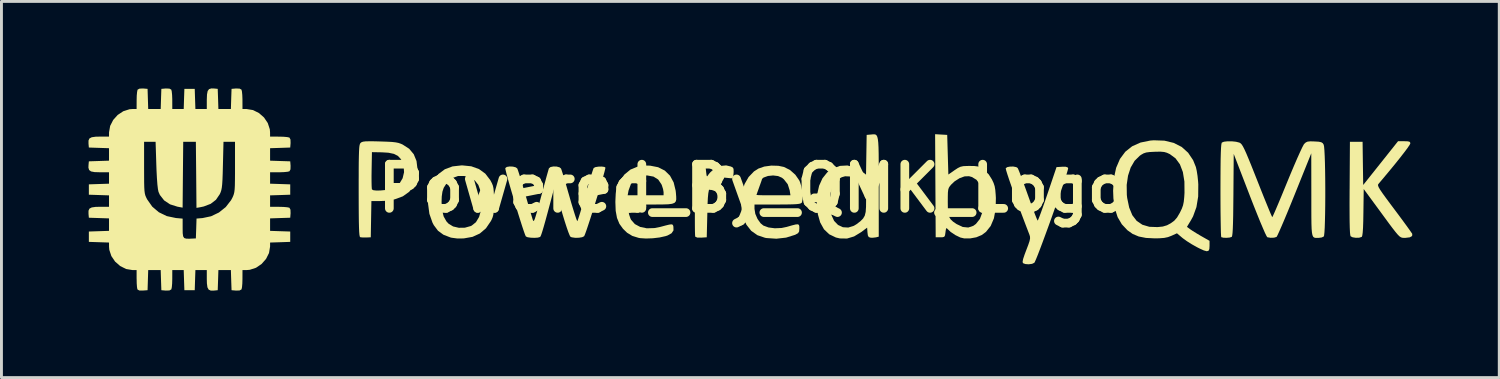
<source format=kicad_pcb>
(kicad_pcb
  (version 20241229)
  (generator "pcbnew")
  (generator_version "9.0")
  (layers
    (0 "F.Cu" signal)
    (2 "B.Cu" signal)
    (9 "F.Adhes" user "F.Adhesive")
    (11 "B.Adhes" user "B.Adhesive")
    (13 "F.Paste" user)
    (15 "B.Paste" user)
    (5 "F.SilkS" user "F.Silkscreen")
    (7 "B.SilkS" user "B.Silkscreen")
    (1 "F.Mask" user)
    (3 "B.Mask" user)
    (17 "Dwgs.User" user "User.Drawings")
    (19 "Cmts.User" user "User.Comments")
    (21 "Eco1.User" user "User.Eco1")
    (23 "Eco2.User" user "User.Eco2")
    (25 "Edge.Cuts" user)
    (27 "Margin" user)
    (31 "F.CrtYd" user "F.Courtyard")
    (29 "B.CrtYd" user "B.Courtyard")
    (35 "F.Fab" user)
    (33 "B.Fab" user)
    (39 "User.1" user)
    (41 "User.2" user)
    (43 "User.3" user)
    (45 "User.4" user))
  (footprint "Powered_By_QMK_Logo"
    (layer "F.Cu")
    (at 22.935 3.448)
    (property "Reference" "Powered_By_QMK_Logo" (at 0 0 0) (layer "F.SilkS") (effects (font (size 1.524 1.524) (thickness 0.3))))
    (attr through_hole)
    (fp_poly (pts (xy -0.774 -0.754) (xy -0.711 -0.722) (xy -0.683 -0.673) (xy -0.679 -0.581) (xy -0.682 -0.526) (xy -0.694 -0.412) (xy -0.717 -0.358) (xy -0.76 -0.347) (xy -0.774 -0.349) (xy -0.978 -0.37) (xy -1.126 -0.362) (xy -1.234 -0.321) (xy -1.291 -0.278) (xy -1.379 -0.193) (xy -1.447 -0.118) (xy -1.496 -0.041) (xy -1.531 0.052) (xy -1.554 0.172) (xy -1.569 0.332) (xy -1.579 0.544) (xy -1.586 0.821) (xy -1.587 0.873) (xy -1.607 1.687) (xy -1.796 1.699) (xy -1.933 1.697) (xy -1.999 1.669) (xy -2.005 1.659) (xy -2.01 1.607) (xy -2.014 1.486) (xy -2.016 1.307) (xy -2.017 1.079) (xy -2.017 0.814) (xy -2.015 0.521) (xy -2.015 0.436) (xy -2.004 -0.734) (xy -1.647 -0.734) (xy -1.627 -0.556) (xy -1.613 -0.45) (xy -1.598 -0.413) (xy -1.575 -0.435) (xy -1.555 -0.468) (xy -1.493 -0.545) (xy -1.393 -0.636) (xy -1.341 -0.676) (xy -1.146 -0.773) (xy -0.938 -0.793)) (stroke (width 0) (type solid)) (fill yes) (layer "F.SilkS"))
    (fp_poly (pts (xy -9.73 -0.762) (xy -9.464 -0.667) (xy -9.246 -0.509) (xy -9.077 -0.289) (xy -9.067 -0.272) (xy -9.018 -0.179) (xy -8.985 -0.098) (xy -8.965 -0.01) (xy -8.954 0.103) (xy -8.95 0.262) (xy -8.95 0.437) (xy -8.951 0.648) (xy -8.956 0.799) (xy -8.969 0.908) (xy -8.992 0.995) (xy -9.027 1.078) (xy -9.055 1.131) (xy -9.223 1.377) (xy -9.433 1.556) (xy -9.687 1.672) (xy -9.989 1.726) (xy -10.213 1.728) (xy -10.409 1.702) (xy -10.446 1.693) (xy -10.691 1.598) (xy -10.878 1.46) (xy -11.022 1.268) (xy -11.067 1.182) (xy -11.174 0.877) (xy -11.217 0.55) (xy -11.213 0.476) (xy -10.754 0.476) (xy -10.736 0.752) (xy -10.682 0.968) (xy -10.587 1.137) (xy -10.511 1.219) (xy -10.356 1.313) (xy -10.16 1.359) (xy -9.95 1.356) (xy -9.749 1.3) (xy -9.717 1.285) (xy -9.569 1.167) (xy -9.46 0.986) (xy -9.393 0.751) (xy -9.37 0.47) (xy -9.375 0.346) (xy -9.412 0.081) (xy -9.486 -0.12) (xy -9.603 -0.267) (xy -9.735 -0.353) (xy -9.967 -0.427) (xy -10.188 -0.427) (xy -10.388 -0.354) (xy -10.557 -0.213) (xy -10.68 -0.02) (xy -10.724 0.112) (xy -10.748 0.281) (xy -10.754 0.476) (xy -11.213 0.476) (xy -11.198 0.222) (xy -11.116 -0.089) (xy -11.031 -0.269) (xy -10.86 -0.496) (xy -10.642 -0.659) (xy -10.377 -0.758) (xy -10.065 -0.793) (xy -10.045 -0.794)) (stroke (width 0) (type solid)) (fill yes) (layer "F.SilkS"))
    (fp_poly (pts (xy 22.574 -1.623) (xy 22.638 -1.607) (xy 22.66 -1.572) (xy 22.662 -1.551) (xy 22.636 -1.498) (xy 22.565 -1.393) (xy 22.451 -1.241) (xy 22.302 -1.049) (xy 22.122 -0.825) (xy 21.917 -0.576) (xy 21.692 -0.307) (xy 21.561 -0.152) (xy 21.547 -0.126) (xy 21.55 -0.089) (xy 21.573 -0.033) (xy 21.621 0.049) (xy 21.7 0.165) (xy 21.815 0.324) (xy 21.969 0.532) (xy 22.104 0.712) (xy 22.27 0.934) (xy 22.42 1.137) (xy 22.548 1.312) (xy 22.646 1.449) (xy 22.709 1.54) (xy 22.729 1.573) (xy 22.723 1.643) (xy 22.645 1.688) (xy 22.497 1.706) (xy 22.48 1.706) (xy 22.425 1.706) (xy 22.379 1.702) (xy 22.335 1.686) (xy 22.286 1.653) (xy 22.227 1.594) (xy 22.15 1.503) (xy 22.05 1.375) (xy 21.919 1.201) (xy 21.753 0.974) (xy 21.607 0.775) (xy 21.054 0.022) (xy 21.043 0.833) (xy 21.038 1.134) (xy 21.03 1.362) (xy 21.019 1.523) (xy 21.005 1.624) (xy 20.988 1.671) (xy 20.984 1.674) (xy 20.897 1.701) (xy 20.78 1.704) (xy 20.67 1.687) (xy 20.602 1.652) (xy 20.59 1.61) (xy 20.58 1.515) (xy 20.573 1.361) (xy 20.568 1.144) (xy 20.566 0.862) (xy 20.565 0.509) (xy 20.567 0.082) (xy 20.568 -0.005) (xy 20.578 -1.607) (xy 21.015 -1.607) (xy 21.025 -0.862) (xy 21.036 -0.117) (xy 21.637 -0.872) (xy 22.238 -1.627) (xy 22.45 -1.627)) (stroke (width 0) (type solid)) (fill yes) (layer "F.SilkS"))
    (fp_poly (pts (xy 9.069 -0.734) (xy 9.117 -0.704) (xy 9.141 -0.654) (xy 9.187 -0.54) (xy 9.25 -0.374) (xy 9.327 -0.165) (xy 9.414 0.074) (xy 9.469 0.228) (xy 9.558 0.476) (xy 9.64 0.698) (xy 9.71 0.882) (xy 9.764 1.018) (xy 9.798 1.096) (xy 9.808 1.111) (xy 9.827 1.075) (xy 9.868 0.974) (xy 9.926 0.818) (xy 9.998 0.617) (xy 10.08 0.382) (xy 10.146 0.189) (xy 10.458 -0.734) (xy 10.647 -0.746) (xy 10.774 -0.747) (xy 10.841 -0.724) (xy 10.859 -0.698) (xy 10.85 -0.649) (xy 10.818 -0.536) (xy 10.764 -0.366) (xy 10.693 -0.151) (xy 10.607 0.1) (xy 10.51 0.379) (xy 10.406 0.675) (xy 10.298 0.979) (xy 10.189 1.282) (xy 10.082 1.574) (xy 9.982 1.845) (xy 9.891 2.087) (xy 9.813 2.29) (xy 9.751 2.443) (xy 9.708 2.539) (xy 9.692 2.566) (xy 9.614 2.603) (xy 9.498 2.618) (xy 9.382 2.61) (xy 9.302 2.579) (xy 9.299 2.576) (xy 9.288 2.53) (xy 9.306 2.435) (xy 9.356 2.284) (xy 9.414 2.13) (xy 9.484 1.946) (xy 9.527 1.819) (xy 9.545 1.731) (xy 9.543 1.665) (xy 9.527 1.607) (xy 9.385 1.237) (xy 9.249 0.878) (xy 9.123 0.537) (xy 9.008 0.223) (xy 8.908 -0.058) (xy 8.825 -0.297) (xy 8.762 -0.487) (xy 8.721 -0.62) (xy 8.706 -0.689) (xy 8.706 -0.695) (xy 8.757 -0.733) (xy 8.855 -0.752) (xy 8.969 -0.753)) (stroke (width 0) (type solid)) (fill yes) (layer "F.SilkS"))
    (fp_poly (pts (xy 4.217 -1.856) (xy 4.25 -1.829) (xy 4.276 -1.778) (xy 4.295 -1.696) (xy 4.309 -1.576) (xy 4.318 -1.412) (xy 4.323 -1.198) (xy 4.325 -0.926) (xy 4.326 -0.589) (xy 4.326 -0.182) (xy 4.326 -0.055) (xy 4.326 1.665) (xy 4.231 1.689) (xy 4.114 1.703) (xy 4.042 1.7) (xy 3.981 1.679) (xy 3.95 1.622) (xy 3.937 1.52) (xy 3.925 1.354) (xy 3.722 1.507) (xy 3.476 1.657) (xy 3.232 1.73) (xy 2.984 1.726) (xy 2.847 1.694) (xy 2.618 1.583) (xy 2.437 1.411) (xy 2.306 1.176) (xy 2.226 0.894) (xy 2.19 0.569) (xy 2.647 0.569) (xy 2.666 0.785) (xy 2.695 0.923) (xy 2.786 1.121) (xy 2.921 1.261) (xy 3.089 1.34) (xy 3.275 1.351) (xy 3.467 1.291) (xy 3.56 1.235) (xy 3.694 1.132) (xy 3.786 1.039) (xy 3.844 0.939) (xy 3.875 0.812) (xy 3.887 0.64) (xy 3.889 0.457) (xy 3.889 0.012) (xy 3.68 -0.187) (xy 3.496 -0.335) (xy 3.327 -0.411) (xy 3.165 -0.418) (xy 3.048 -0.384) (xy 2.904 -0.3) (xy 2.796 -0.177) (xy 2.714 -0.018) (xy 2.671 0.139) (xy 2.649 0.344) (xy 2.647 0.569) (xy 2.19 0.569) (xy 2.187 0.538) (xy 2.202 0.207) (xy 2.269 -0.091) (xy 2.384 -0.346) (xy 2.546 -0.549) (xy 2.733 -0.683) (xy 2.989 -0.776) (xy 3.244 -0.79) (xy 3.498 -0.725) (xy 3.746 -0.582) (xy 3.757 -0.573) (xy 3.887 -0.474) (xy 3.898 -1.16) (xy 3.909 -1.845) (xy 4.061 -1.858) (xy 4.123 -1.864) (xy 4.175 -1.865)) (stroke (width 0) (type solid)) (fill yes) (layer "F.SilkS"))
    (fp_poly (pts (xy -3.561 -0.784) (xy -3.284 -0.73) (xy -3.054 -0.614) (xy -2.875 -0.439) (xy -2.749 -0.207) (xy -2.679 0.08) (xy -2.671 0.155) (xy -2.661 0.283) (xy -2.659 0.381) (xy -2.677 0.452) (xy -2.722 0.501) (xy -2.804 0.531) (xy -2.932 0.548) (xy -3.116 0.554) (xy -3.365 0.556) (xy -3.543 0.556) (xy -4.337 0.556) (xy -4.313 0.758) (xy -4.284 0.905) (xy -4.238 1.04) (xy -4.217 1.084) (xy -4.086 1.232) (xy -3.902 1.33) (xy -3.674 1.377) (xy -3.413 1.369) (xy -3.214 1.33) (xy -3.027 1.28) (xy -2.904 1.25) (xy -2.829 1.24) (xy -2.789 1.249) (xy -2.769 1.276) (xy -2.757 1.322) (xy -2.754 1.448) (xy -2.82 1.547) (xy -2.958 1.624) (xy -3.027 1.647) (xy -3.234 1.693) (xy -3.47 1.721) (xy -3.705 1.729) (xy -3.906 1.716) (xy -3.956 1.707) (xy -4.176 1.639) (xy -4.356 1.529) (xy -4.496 1.393) (xy -4.62 1.221) (xy -4.703 1.019) (xy -4.748 0.773) (xy -4.759 0.47) (xy -4.756 0.382) (xy -4.749 0.238) (xy -4.335 0.238) (xy -3.096 0.238) (xy -3.096 0.129) (xy -3.114 0.024) (xy -3.155 -0.105) (xy -3.173 -0.146) (xy -3.283 -0.306) (xy -3.443 -0.406) (xy -3.653 -0.445) (xy -3.694 -0.446) (xy -3.913 -0.411) (xy -4.092 -0.309) (xy -4.224 -0.147) (xy -4.303 0.069) (xy -4.307 0.089) (xy -4.335 0.238) (xy -4.749 0.238) (xy -4.747 0.189) (xy -4.732 0.051) (xy -4.706 -0.055) (xy -4.664 -0.155) (xy -4.619 -0.238) (xy -4.447 -0.478) (xy -4.238 -0.649) (xy -3.99 -0.751) (xy -3.699 -0.788)) (stroke (width 0) (type solid)) (fill yes) (layer "F.SilkS"))
    (fp_poly (pts (xy 6.479 -1.857) (xy 6.687 -1.845) (xy 6.727 -0.478) (xy 6.939 -0.626) (xy 7.053 -0.701) (xy 7.144 -0.745) (xy 7.242 -0.767) (xy 7.375 -0.773) (xy 7.462 -0.774) (xy 7.626 -0.771) (xy 7.739 -0.757) (xy 7.827 -0.726) (xy 7.919 -0.67) (xy 7.944 -0.653) (xy 8.119 -0.483) (xy 8.231 -0.306) (xy 8.287 -0.187) (xy 8.324 -0.075) (xy 8.346 0.054) (xy 8.36 0.225) (xy 8.366 0.331) (xy 8.358 0.71) (xy 8.298 1.033) (xy 8.187 1.296) (xy 8.025 1.5) (xy 7.88 1.608) (xy 7.691 1.687) (xy 7.476 1.726) (xy 7.267 1.724) (xy 7.139 1.694) (xy 6.966 1.61) (xy 6.805 1.501) (xy 6.704 1.404) (xy 6.668 1.371) (xy 6.648 1.388) (xy 6.633 1.468) (xy 6.628 1.511) (xy 6.612 1.62) (xy 6.583 1.671) (xy 6.519 1.686) (xy 6.449 1.687) (xy 6.29 1.687) (xy 6.283 0.469) (xy 6.707 0.469) (xy 6.71 0.696) (xy 6.723 0.861) (xy 6.752 0.98) (xy 6.806 1.069) (xy 6.889 1.147) (xy 7.01 1.23) (xy 7.018 1.234) (xy 7.223 1.331) (xy 7.413 1.35) (xy 7.587 1.292) (xy 7.678 1.226) (xy 7.815 1.053) (xy 7.9 0.823) (xy 7.932 0.537) (xy 7.926 0.359) (xy 7.886 0.074) (xy 7.81 -0.143) (xy 7.696 -0.297) (xy 7.54 -0.392) (xy 7.439 -0.42) (xy 7.285 -0.414) (xy 7.112 -0.351) (xy 6.943 -0.243) (xy 6.828 -0.135) (xy 6.777 -0.074) (xy 6.742 -0.018) (xy 6.722 0.049) (xy 6.711 0.146) (xy 6.708 0.289) (xy 6.707 0.469) (xy 6.283 0.469) (xy 6.27 -1.869)) (stroke (width 0) (type solid)) (fill yes) (layer "F.SilkS"))
    (fp_poly (pts (xy -13.061 -1.624) (xy -12.882 -1.619) (xy -12.642 -1.611) (xy -12.465 -1.602) (xy -12.335 -1.587) (xy -12.236 -1.567) (xy -12.152 -1.537) (xy -12.095 -1.511) (xy -11.872 -1.367) (xy -11.714 -1.179) (xy -11.618 -0.945) (xy -11.584 -0.661) (xy -11.584 -0.633) (xy -11.617 -0.335) (xy -11.714 -0.083) (xy -11.873 0.12) (xy -12.092 0.275) (xy -12.371 0.378) (xy -12.706 0.43) (xy -12.886 0.437) (xy -13.174 0.437) (xy -13.185 1.062) (xy -13.196 1.687) (xy -13.355 1.694) (xy -13.469 1.694) (xy -13.552 1.685) (xy -13.563 1.681) (xy -13.576 1.659) (xy -13.587 1.599) (xy -13.596 1.496) (xy -13.602 1.344) (xy -13.607 1.137) (xy -13.61 0.869) (xy -13.612 0.534) (xy -13.613 0.126) (xy -13.613 0.079) (xy -13.613 -0.32) (xy -13.612 -0.421) (xy -13.17 -0.421) (xy -13.169 -0.23) (xy -13.166 -0.081) (xy -13.16 0.013) (xy -13.157 0.034) (xy -13.107 0.063) (xy -13.001 0.075) (xy -12.858 0.072) (xy -12.701 0.057) (xy -12.548 0.03) (xy -12.421 -0.006) (xy -12.368 -0.031) (xy -12.205 -0.169) (xy -12.097 -0.35) (xy -12.048 -0.557) (xy -12.062 -0.773) (xy -12.142 -0.981) (xy -12.163 -1.016) (xy -12.26 -1.12) (xy -12.396 -1.19) (xy -12.584 -1.23) (xy -12.815 -1.244) (xy -13.156 -1.25) (xy -13.167 -0.637) (xy -13.17 -0.421) (xy -13.612 -0.421) (xy -13.612 -0.648) (xy -13.61 -0.91) (xy -13.606 -1.116) (xy -13.601 -1.273) (xy -13.595 -1.387) (xy -13.586 -1.467) (xy -13.574 -1.519) (xy -13.56 -1.552) (xy -13.546 -1.569) (xy -13.511 -1.595) (xy -13.458 -1.612) (xy -13.374 -1.622) (xy -13.246 -1.625)) (stroke (width 0) (type solid)) (fill yes) (layer "F.SilkS"))
    (fp_poly (pts (xy 0.864 -0.779) (xy 1.059 -0.738) (xy 1.266 -0.633) (xy 1.449 -0.47) (xy 1.585 -0.274) (xy 1.607 -0.225) (xy 1.652 -0.084) (xy 1.683 0.08) (xy 1.699 0.245) (xy 1.697 0.386) (xy 1.677 0.481) (xy 1.668 0.495) (xy 1.638 0.516) (xy 1.584 0.532) (xy 1.494 0.543) (xy 1.359 0.55) (xy 1.168 0.554) (xy 0.91 0.556) (xy 0.829 0.556) (xy 0.04 0.556) (xy 0.04 0.706) (xy 0.068 0.879) (xy 0.144 1.054) (xy 0.25 1.203) (xy 0.347 1.283) (xy 0.523 1.348) (xy 0.741 1.376) (xy 0.974 1.366) (xy 1.151 1.329) (xy 1.338 1.275) (xy 1.462 1.244) (xy 1.537 1.239) (xy 1.573 1.261) (xy 1.586 1.311) (xy 1.587 1.379) (xy 1.58 1.484) (xy 1.543 1.545) (xy 1.455 1.594) (xy 1.439 1.602) (xy 1.131 1.698) (xy 0.794 1.736) (xy 0.453 1.713) (xy 0.403 1.704) (xy 0.141 1.615) (xy -0.073 1.464) (xy -0.239 1.252) (xy -0.354 0.98) (xy -0.398 0.786) (xy -0.424 0.452) (xy -0.392 0.147) (xy 0.04 0.147) (xy 0.042 0.182) (xy 0.055 0.206) (xy 0.092 0.222) (xy 0.164 0.232) (xy 0.282 0.236) (xy 0.458 0.238) (xy 0.66 0.238) (xy 1.28 0.238) (xy 1.254 0.069) (xy 1.187 -0.141) (xy 1.054 -0.312) (xy 0.987 -0.367) (xy 0.854 -0.425) (xy 0.682 -0.446) (xy 0.504 -0.428) (xy 0.352 -0.373) (xy 0.244 -0.279) (xy 0.143 -0.141) (xy 0.069 0.011) (xy 0.04 0.146) (xy 0.04 0.147) (xy -0.392 0.147) (xy -0.391 0.138) (xy -0.303 -0.147) (xy -0.164 -0.391) (xy 0.022 -0.585) (xy 0.173 -0.682) (xy 0.377 -0.753) (xy 0.619 -0.786)) (stroke (width 0) (type solid)) (fill yes) (layer "F.SilkS"))
    (fp_poly (pts (xy 14.18 -1.646) (xy 14.5 -1.569) (xy 14.774 -1.43) (xy 14.997 -1.23) (xy 15.17 -0.972) (xy 15.265 -0.736) (xy 15.294 -0.607) (xy 15.322 -0.428) (xy 15.342 -0.229) (xy 15.348 -0.134) (xy 15.344 0.281) (xy 15.284 0.645) (xy 15.168 0.965) (xy 15.097 1.095) (xy 14.957 1.327) (xy 15.065 1.408) (xy 15.152 1.466) (xy 15.282 1.547) (xy 15.43 1.635) (xy 15.455 1.649) (xy 15.736 1.809) (xy 15.736 1.986) (xy 15.729 2.092) (xy 15.701 2.152) (xy 15.64 2.168) (xy 15.538 2.14) (xy 15.383 2.069) (xy 15.297 2.025) (xy 15.126 1.929) (xy 14.955 1.821) (xy 14.818 1.722) (xy 14.799 1.707) (xy 14.612 1.549) (xy 14.42 1.636) (xy 14.301 1.681) (xy 14.172 1.708) (xy 14.009 1.721) (xy 13.851 1.724) (xy 13.544 1.709) (xy 13.295 1.66) (xy 13.085 1.572) (xy 12.904 1.444) (xy 12.71 1.238) (xy 12.566 0.992) (xy 12.471 0.698) (xy 12.42 0.348) (xy 12.41 0.079) (xy 12.422 -0.12) (xy 12.878 -0.12) (xy 12.883 0.224) (xy 12.895 0.33) (xy 12.964 0.661) (xy 13.072 0.924) (xy 13.223 1.121) (xy 13.419 1.254) (xy 13.66 1.325) (xy 13.941 1.335) (xy 14.124 1.316) (xy 14.268 1.273) (xy 14.397 1.204) (xy 14.519 1.115) (xy 14.615 1.005) (xy 14.708 0.847) (xy 14.718 0.828) (xy 14.781 0.697) (xy 14.822 0.583) (xy 14.847 0.46) (xy 14.863 0.302) (xy 14.872 0.155) (xy 14.869 -0.235) (xy 14.816 -0.563) (xy 14.714 -0.83) (xy 14.562 -1.037) (xy 14.367 -1.181) (xy 14.267 -1.228) (xy 14.172 -1.255) (xy 14.056 -1.266) (xy 13.893 -1.265) (xy 13.845 -1.263) (xy 13.671 -1.254) (xy 13.551 -1.238) (xy 13.461 -1.208) (xy 13.374 -1.158) (xy 13.329 -1.126) (xy 13.152 -0.952) (xy 13.016 -0.719) (xy 12.924 -0.437) (xy 12.878 -0.12) (xy 12.422 -0.12) (xy 12.435 -0.344) (xy 12.514 -0.709) (xy 12.646 -1.016) (xy 12.83 -1.264) (xy 13.066 -1.452) (xy 13.354 -1.581) (xy 13.694 -1.65) (xy 13.815 -1.659)) (stroke (width 0) (type solid)) (fill yes) (layer "F.SilkS"))
    (fp_poly (pts (xy 16.503 -1.624) (xy 16.648 -1.609) (xy 16.762 -1.58) (xy 16.783 -1.57) (xy 16.816 -1.547) (xy 16.851 -1.507) (xy 16.891 -1.442) (xy 16.94 -1.346) (xy 17.002 -1.21) (xy 17.079 -1.027) (xy 17.176 -0.79) (xy 17.295 -0.491) (xy 17.386 -0.261) (xy 17.503 0.035) (xy 17.611 0.306) (xy 17.708 0.544) (xy 17.788 0.74) (xy 17.849 0.885) (xy 17.888 0.971) (xy 17.9 0.992) (xy 17.919 0.957) (xy 17.965 0.856) (xy 18.033 0.7) (xy 18.12 0.495) (xy 18.222 0.251) (xy 18.335 -0.024) (xy 18.416 -0.221) (xy 18.538 -0.517) (xy 18.655 -0.793) (xy 18.762 -1.04) (xy 18.855 -1.247) (xy 18.929 -1.405) (xy 18.981 -1.505) (xy 19 -1.533) (xy 19.056 -1.585) (xy 19.119 -1.613) (xy 19.213 -1.623) (xy 19.356 -1.619) (xy 19.502 -1.61) (xy 19.589 -1.592) (xy 19.64 -1.56) (xy 19.673 -1.508) (xy 19.687 -1.443) (xy 19.698 -1.311) (xy 19.708 -1.122) (xy 19.716 -0.889) (xy 19.722 -0.62) (xy 19.726 -0.326) (xy 19.728 -0.019) (xy 19.728 0.291) (xy 19.726 0.594) (xy 19.722 0.879) (xy 19.716 1.135) (xy 19.709 1.351) (xy 19.699 1.518) (xy 19.687 1.625) (xy 19.677 1.659) (xy 19.606 1.693) (xy 19.502 1.707) (xy 19.502 1.707) (xy 19.436 1.708) (xy 19.383 1.706) (xy 19.341 1.694) (xy 19.309 1.665) (xy 19.285 1.61) (xy 19.268 1.523) (xy 19.257 1.396) (xy 19.251 1.221) (xy 19.248 0.991) (xy 19.247 0.699) (xy 19.247 0.337) (xy 19.247 0.224) (xy 19.245 -1.21) (xy 18.671 0.216) (xy 18.542 0.534) (xy 18.421 0.829) (xy 18.311 1.092) (xy 18.215 1.316) (xy 18.137 1.493) (xy 18.081 1.614) (xy 18.05 1.671) (xy 18.048 1.674) (xy 17.96 1.7) (xy 17.841 1.704) (xy 17.734 1.686) (xy 17.728 1.684) (xy 17.701 1.643) (xy 17.648 1.535) (xy 17.575 1.367) (xy 17.482 1.148) (xy 17.375 0.884) (xy 17.255 0.584) (xy 17.126 0.254) (xy 17.12 0.237) (xy 16.57 -1.189) (xy 16.559 0.227) (xy 16.555 0.624) (xy 16.551 0.948) (xy 16.545 1.204) (xy 16.538 1.398) (xy 16.529 1.536) (xy 16.518 1.624) (xy 16.505 1.668) (xy 16.5 1.674) (xy 16.427 1.696) (xy 16.321 1.705) (xy 16.215 1.701) (xy 16.145 1.684) (xy 16.14 1.68) (xy 16.134 1.636) (xy 16.128 1.521) (xy 16.124 1.344) (xy 16.12 1.113) (xy 16.116 0.837) (xy 16.114 0.524) (xy 16.113 0.184) (xy 16.113 0.061) (xy 16.114 -0.368) (xy 16.116 -0.722) (xy 16.119 -1.007) (xy 16.125 -1.229) (xy 16.132 -1.392) (xy 16.141 -1.502) (xy 16.153 -1.563) (xy 16.161 -1.58) (xy 16.233 -1.61) (xy 16.356 -1.624)) (stroke (width 0) (type solid)) (fill yes) (layer "F.SilkS"))
    (fp_poly (pts (xy -6.783 -0.753) (xy -6.684 -0.726) (xy -6.634 -0.685) (xy -6.613 -0.628) (xy -6.574 -0.506) (xy -6.521 -0.332) (xy -6.457 -0.116) (xy -6.387 0.129) (xy -6.347 0.266) (xy -6.276 0.515) (xy -6.209 0.736) (xy -6.152 0.917) (xy -6.108 1.049) (xy -6.079 1.12) (xy -6.071 1.13) (xy -6.053 1.089) (xy -6.017 0.982) (xy -5.967 0.821) (xy -5.906 0.616) (xy -5.836 0.378) (xy -5.794 0.23) (xy -5.721 -0.025) (xy -5.653 -0.255) (xy -5.593 -0.449) (xy -5.546 -0.597) (xy -5.515 -0.685) (xy -5.505 -0.704) (xy -5.446 -0.734) (xy -5.344 -0.75) (xy -5.232 -0.753) (xy -5.14 -0.741) (xy -5.103 -0.72) (xy -5.109 -0.675) (xy -5.136 -0.565) (xy -5.181 -0.403) (xy -5.24 -0.199) (xy -5.309 0.036) (xy -5.386 0.289) (xy -5.467 0.55) (xy -5.548 0.807) (xy -5.625 1.05) (xy -5.696 1.266) (xy -5.756 1.444) (xy -5.803 1.574) (xy -5.833 1.644) (xy -5.837 1.651) (xy -5.905 1.684) (xy -6.02 1.703) (xy -6.149 1.704) (xy -6.262 1.688) (xy -6.308 1.669) (xy -6.336 1.621) (xy -6.381 1.509) (xy -6.439 1.343) (xy -6.506 1.136) (xy -6.579 0.897) (xy -6.611 0.786) (xy -6.691 0.513) (xy -6.752 0.307) (xy -6.797 0.163) (xy -6.829 0.073) (xy -6.853 0.029) (xy -6.87 0.023) (xy -6.884 0.047) (xy -6.898 0.096) (xy -6.899 0.099) (xy -7.006 0.503) (xy -7.096 0.837) (xy -7.169 1.105) (xy -7.228 1.314) (xy -7.274 1.469) (xy -7.309 1.577) (xy -7.335 1.643) (xy -7.354 1.674) (xy -7.357 1.676) (xy -7.432 1.698) (xy -7.549 1.706) (xy -7.676 1.701) (xy -7.786 1.685) (xy -7.847 1.658) (xy -7.847 1.657) (xy -7.872 1.602) (xy -7.914 1.485) (xy -7.971 1.315) (xy -8.038 1.105) (xy -8.113 0.867) (xy -8.191 0.611) (xy -8.27 0.349) (xy -8.346 0.093) (xy -8.415 -0.145) (xy -8.474 -0.355) (xy -8.519 -0.525) (xy -8.548 -0.644) (xy -8.556 -0.699) (xy -8.556 -0.7) (xy -8.503 -0.74) (xy -8.405 -0.756) (xy -8.292 -0.751) (xy -8.193 -0.725) (xy -8.142 -0.685) (xy -8.12 -0.626) (xy -8.08 -0.505) (xy -8.026 -0.332) (xy -7.963 -0.121) (xy -7.893 0.115) (xy -7.88 0.159) (xy -7.809 0.403) (xy -7.743 0.631) (xy -7.686 0.826) (xy -7.641 0.975) (xy -7.614 1.063) (xy -7.612 1.07) (xy -7.598 1.109) (xy -7.583 1.125) (xy -7.565 1.111) (xy -7.54 1.058) (xy -7.508 0.959) (xy -7.463 0.806) (xy -7.404 0.593) (xy -7.328 0.311) (xy -7.322 0.289) (xy -7.252 0.029) (xy -7.187 -0.208) (xy -7.132 -0.411) (xy -7.088 -0.566) (xy -7.06 -0.664) (xy -7.051 -0.691) (xy -6.997 -0.736) (xy -6.897 -0.756)) (stroke (width 0) (type solid)) (fill yes) (layer "F.SilkS"))
    (fp_poly (pts (xy -18.606 -3.446) (xy -18.475 -3.433) (xy -18.463 -3.086) (xy -18.452 -2.738) (xy -18.021 -2.738) (xy -18.01 -3.086) (xy -17.998 -3.433) (xy -17.844 -3.446) (xy -17.721 -3.441) (xy -17.656 -3.406) (xy -17.64 -3.343) (xy -17.628 -3.224) (xy -17.622 -3.074) (xy -17.622 -3.046) (xy -17.621 -2.738) (xy -17.481 -2.738) (xy -17.258 -2.701) (xy -17.053 -2.599) (xy -16.878 -2.445) (xy -16.749 -2.254) (xy -16.678 -2.038) (xy -16.67 -1.935) (xy -16.669 -1.786) (xy -16.361 -1.785) (xy -16.207 -1.781) (xy -16.081 -1.77) (xy -16.007 -1.754) (xy -16.001 -1.752) (xy -15.966 -1.686) (xy -15.962 -1.564) (xy -15.974 -1.409) (xy -16.321 -1.397) (xy -16.669 -1.386) (xy -16.669 -0.956) (xy -16.321 -0.944) (xy -15.974 -0.933) (xy -15.962 -0.778) (xy -15.966 -0.655) (xy -16.001 -0.59) (xy -16.064 -0.574) (xy -16.183 -0.562) (xy -16.334 -0.556) (xy -16.361 -0.556) (xy -16.669 -0.556) (xy -16.669 -0.359) (xy -16.669 -0.162) (xy -15.974 -0.139) (xy -15.974 0.218) (xy -16.321 0.23) (xy -16.669 0.241) (xy -16.669 0.635) (xy -16.361 0.636) (xy -16.207 0.64) (xy -16.081 0.651) (xy -16.007 0.666) (xy -16.001 0.669) (xy -15.966 0.735) (xy -15.962 0.857) (xy -15.974 1.012) (xy -16.321 1.023) (xy -16.669 1.035) (xy -16.669 1.465) (xy -16.321 1.477) (xy -15.974 1.488) (xy -15.974 1.845) (xy -16.321 1.857) (xy -16.669 1.868) (xy -16.669 2.007) (xy -16.706 2.229) (xy -16.809 2.434) (xy -16.963 2.608) (xy -17.154 2.738) (xy -17.369 2.808) (xy -17.472 2.817) (xy -17.621 2.818) (xy -17.622 3.125) (xy -17.626 3.279) (xy -17.637 3.405) (xy -17.653 3.479) (xy -17.656 3.485) (xy -17.721 3.521) (xy -17.844 3.525) (xy -17.998 3.512) (xy -18.01 3.165) (xy -18.021 2.818) (xy -18.452 2.818) (xy -18.463 3.165) (xy -18.475 3.512) (xy -18.606 3.525) (xy -18.716 3.525) (xy -18.788 3.492) (xy -18.83 3.413) (xy -18.848 3.276) (xy -18.852 3.13) (xy -18.852 2.818) (xy -19.245 2.818) (xy -19.257 3.165) (xy -19.268 3.512) (xy -19.625 3.512) (xy -19.637 3.165) (xy -19.648 2.818) (xy -20.042 2.818) (xy -20.043 3.125) (xy -20.047 3.279) (xy -20.058 3.405) (xy -20.074 3.479) (xy -20.077 3.485) (xy -20.142 3.521) (xy -20.265 3.525) (xy -20.419 3.512) (xy -20.431 3.165) (xy -20.442 2.818) (xy -20.873 2.818) (xy -20.884 3.165) (xy -20.895 3.512) (xy -21.059 3.524) (xy -21.175 3.523) (xy -21.235 3.494) (xy -21.248 3.471) (xy -21.26 3.401) (xy -21.269 3.278) (xy -21.272 3.126) (xy -21.273 3.112) (xy -21.273 2.818) (xy -21.413 2.818) (xy -21.635 2.781) (xy -21.84 2.678) (xy -22.015 2.525) (xy -22.144 2.334) (xy -22.215 2.12) (xy -22.224 2.016) (xy -22.225 1.868) (xy -22.92 1.845) (xy -22.92 1.488) (xy -22.225 1.465) (xy -22.225 1.035) (xy -22.92 1.012) (xy -22.932 0.88) (xy -22.932 0.77) (xy -22.899 0.698) (xy -22.82 0.657) (xy -22.684 0.638) (xy -22.538 0.635) (xy -22.225 0.635) (xy -22.225 0.241) (xy -22.92 0.218) (xy -22.92 -0.139) (xy -22.225 -0.162) (xy -22.225 -0.556) (xy -22.538 -0.556) (xy -22.725 -0.562) (xy -22.845 -0.585) (xy -22.911 -0.634) (xy -22.935 -0.715) (xy -22.932 -0.801) (xy -22.92 -0.933) (xy -22.225 -0.956) (xy -22.225 -1.386) (xy -22.92 -1.409) (xy -22.932 -1.54) (xy -22.932 -1.607) (xy -21.015 -1.607) (xy -21.015 -0.714) (xy -21.014 -0.426) (xy -21.013 -0.205) (xy -21.009 -0.04) (xy -21.002 0.081) (xy -20.99 0.171) (xy -20.973 0.24) (xy -20.948 0.301) (xy -20.916 0.366) (xy -20.908 0.381) (xy -20.733 0.63) (xy -20.506 0.823) (xy -20.233 0.956) (xy -19.923 1.021) (xy -19.918 1.022) (xy -19.685 1.043) (xy -19.685 1.371) (xy -19.683 1.545) (xy -19.668 1.654) (xy -19.63 1.713) (xy -19.558 1.735) (xy -19.441 1.736) (xy -19.407 1.734) (xy -19.229 1.726) (xy -19.217 1.384) (xy -19.206 1.041) (xy -18.999 1.024) (xy -18.705 0.962) (xy -18.433 0.832) (xy -18.198 0.644) (xy -18.016 0.409) (xy -17.974 0.332) (xy -17.943 0.265) (xy -17.92 0.201) (xy -17.903 0.128) (xy -17.891 0.032) (xy -17.884 -0.097) (xy -17.881 -0.272) (xy -17.879 -0.504) (xy -17.879 -0.734) (xy -17.879 -1.607) (xy -18.276 -1.607) (xy -18.296 -0.794) (xy -18.303 -0.515) (xy -18.311 -0.302) (xy -18.321 -0.144) (xy -18.334 -0.027) (xy -18.351 0.06) (xy -18.374 0.132) (xy -18.404 0.2) (xy -18.405 0.201) (xy -18.536 0.393) (xy -18.718 0.533) (xy -18.957 0.624) (xy -19.079 0.65) (xy -19.208 0.672) (xy -19.218 -0.467) (xy -19.229 -1.607) (xy -19.665 -1.607) (xy -19.676 -0.472) (xy -19.686 0.664) (xy -19.864 0.631) (xy -20.12 0.55) (xy -20.324 0.414) (xy -20.47 0.227) (xy -20.518 0.119) (xy -20.537 0.027) (xy -20.556 -0.133) (xy -20.572 -0.351) (xy -20.586 -0.617) (xy -20.593 -0.814) (xy -20.618 -1.607) (xy -21.015 -1.607) (xy -22.932 -1.607) (xy -22.932 -1.651) (xy -22.899 -1.723) (xy -22.82 -1.764) (xy -22.684 -1.783) (xy -22.538 -1.786) (xy -22.225 -1.786) (xy -22.224 -1.935) (xy -22.185 -2.156) (xy -22.081 -2.36) (xy -21.926 -2.533) (xy -21.733 -2.661) (xy -21.517 -2.73) (xy -21.413 -2.738) (xy -21.273 -2.738) (xy -21.272 -3.046) (xy -21.268 -3.2) (xy -21.256 -3.326) (xy -21.241 -3.4) (xy -21.238 -3.406) (xy -21.172 -3.441) (xy -21.05 -3.446) (xy -20.895 -3.433) (xy -20.884 -3.086) (xy -20.873 -2.738) (xy -20.442 -2.738) (xy -20.431 -3.086) (xy -20.419 -3.433) (xy -20.265 -3.446) (xy -20.142 -3.441) (xy -20.077 -3.406) (xy -20.061 -3.343) (xy -20.049 -3.224) (xy -20.043 -3.074) (xy -20.043 -3.046) (xy -20.042 -2.738) (xy -19.648 -2.738) (xy -19.637 -3.086) (xy -19.625 -3.433) (xy -19.268 -3.433) (xy -19.257 -3.086) (xy -19.245 -2.738) (xy -18.852 -2.738) (xy -18.852 -3.051) (xy -18.845 -3.238) (xy -18.822 -3.359) (xy -18.773 -3.425) (xy -18.692 -3.448)) (stroke (width 0) (type solid)) (fill yes) (layer "F.SilkS")))
  (gr_rect
    (start -3 -3)
    (end 48.664 9.973)
    (stroke (width 0.1) (type default))
    (fill no)
    (layer "Edge.Cuts")))
</source>
